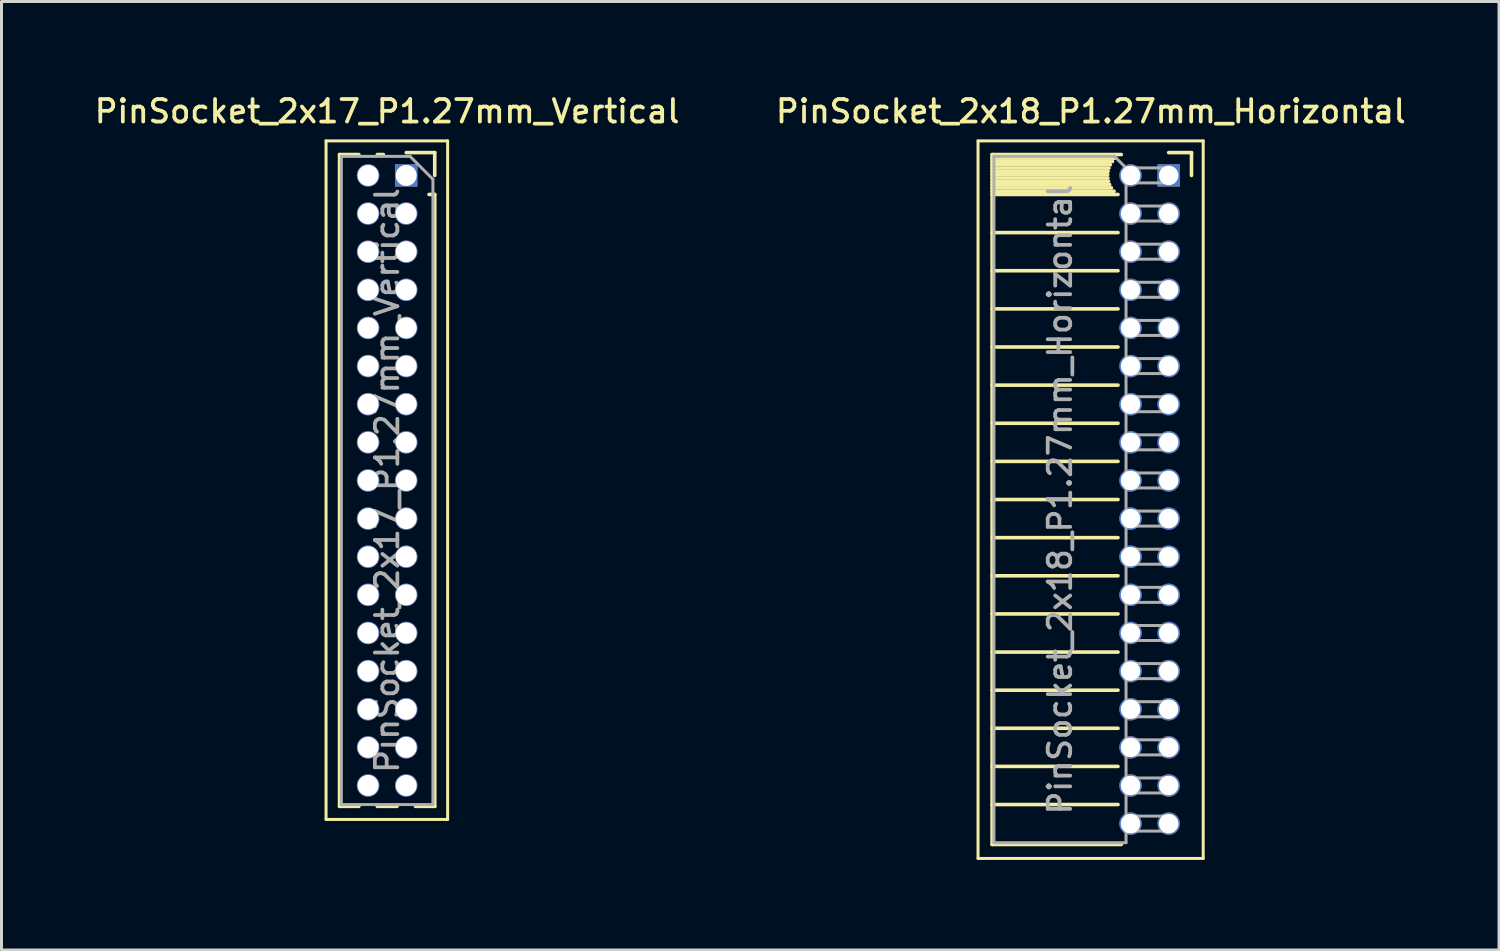
<source format=kicad_pcb>
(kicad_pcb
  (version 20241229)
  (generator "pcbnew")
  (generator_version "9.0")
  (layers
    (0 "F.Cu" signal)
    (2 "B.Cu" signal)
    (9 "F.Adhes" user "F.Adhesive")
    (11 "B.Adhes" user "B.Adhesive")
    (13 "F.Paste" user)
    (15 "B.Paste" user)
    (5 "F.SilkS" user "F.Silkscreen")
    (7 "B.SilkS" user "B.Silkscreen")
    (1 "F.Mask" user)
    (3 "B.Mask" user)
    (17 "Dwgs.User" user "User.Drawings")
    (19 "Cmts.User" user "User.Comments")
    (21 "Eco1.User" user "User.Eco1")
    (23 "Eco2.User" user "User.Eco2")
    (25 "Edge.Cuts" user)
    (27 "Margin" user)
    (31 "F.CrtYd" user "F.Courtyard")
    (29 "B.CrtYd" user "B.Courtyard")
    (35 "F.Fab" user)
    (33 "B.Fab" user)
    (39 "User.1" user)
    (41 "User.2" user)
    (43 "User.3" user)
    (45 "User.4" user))
  (footprint "PinSocket_2x18_P1.27mm_Horizontal"
    (layer "F.Cu")
    (at 35.876 2.793)
    (property "Reference" "PinSocket_2x18_P1.27mm_Horizontal" (at -2.592 -2.135 0) (layer "F.SilkS") (effects (font (size 0.75 0.75) (thickness 0.125))))
    (attr through_hole)
    (fp_line (start -6.35 -1.15) (end -6.35 22.75) (stroke (width 0.1) (type solid)) (layer "F.SilkS"))
    (fp_line (start -6.35 22.75) (end 1.15 22.75) (stroke (width 0.1) (type solid)) (layer "F.SilkS"))
    (fp_line (start -5.88 -0.695) (end -5.88 22.285) (stroke (width 0.12) (type solid)) (layer "F.SilkS"))
    (fp_line (start -5.88 -0.695) (end -1.578 -0.695) (stroke (width 0.12) (type solid)) (layer "F.SilkS"))
    (fp_line (start -5.88 -0.575) (end -1.767 -0.575) (stroke (width 0.12) (type solid)) (layer "F.SilkS"))
    (fp_line (start -5.88 -0.465) (end -1.871 -0.465) (stroke (width 0.12) (type solid)) (layer "F.SilkS"))
    (fp_line (start -5.88 -0.355) (end -1.942 -0.355) (stroke (width 0.12) (type solid)) (layer "F.SilkS"))
    (fp_line (start -5.88 -0.245) (end -1.989 -0.245) (stroke (width 0.12) (type solid)) (layer "F.SilkS"))
    (fp_line (start -5.88 -0.135) (end -2.018 -0.135) (stroke (width 0.12) (type solid)) (layer "F.SilkS"))
    (fp_line (start -5.88 -0.025) (end -2.03 -0.025) (stroke (width 0.12) (type solid)) (layer "F.SilkS"))
    (fp_line (start -5.88 0.085) (end -2.025 0.085) (stroke (width 0.12) (type solid)) (layer "F.SilkS"))
    (fp_line (start -5.88 0.195) (end -2.005 0.195) (stroke (width 0.12) (type solid)) (layer "F.SilkS"))
    (fp_line (start -5.88 0.305) (end -1.966 0.305) (stroke (width 0.12) (type solid)) (layer "F.SilkS"))
    (fp_line (start -5.88 0.415) (end -1.907 0.415) (stroke (width 0.12) (type solid)) (layer "F.SilkS"))
    (fp_line (start -5.88 0.525) (end -1.82 0.525) (stroke (width 0.12) (type solid)) (layer "F.SilkS"))
    (fp_line (start -5.88 0.635) (end -1.688 0.635) (stroke (width 0.12) (type solid)) (layer "F.SilkS"))
    (fp_line (start -5.88 1.905) (end -1.688 1.905) (stroke (width 0.12) (type solid)) (layer "F.SilkS"))
    (fp_line (start -5.88 3.175) (end -1.688 3.175) (stroke (width 0.12) (type solid)) (layer "F.SilkS"))
    (fp_line (start -5.88 4.445) (end -1.688 4.445) (stroke (width 0.12) (type solid)) (layer "F.SilkS"))
    (fp_line (start -5.88 5.715) (end -1.688 5.715) (stroke (width 0.12) (type solid)) (layer "F.SilkS"))
    (fp_line (start -5.88 6.985) (end -1.688 6.985) (stroke (width 0.12) (type solid)) (layer "F.SilkS"))
    (fp_line (start -5.88 8.255) (end -1.688 8.255) (stroke (width 0.12) (type solid)) (layer "F.SilkS"))
    (fp_line (start -5.88 9.525) (end -1.688 9.525) (stroke (width 0.12) (type solid)) (layer "F.SilkS"))
    (fp_line (start -5.88 10.795) (end -1.688 10.795) (stroke (width 0.12) (type solid)) (layer "F.SilkS"))
    (fp_line (start -5.88 12.065) (end -1.688 12.065) (stroke (width 0.12) (type solid)) (layer "F.SilkS"))
    (fp_line (start -5.88 13.335) (end -1.688 13.335) (stroke (width 0.12) (type solid)) (layer "F.SilkS"))
    (fp_line (start -5.88 14.605) (end -1.688 14.605) (stroke (width 0.12) (type solid)) (layer "F.SilkS"))
    (fp_line (start -5.88 15.875) (end -1.688 15.875) (stroke (width 0.12) (type solid)) (layer "F.SilkS"))
    (fp_line (start -5.88 17.145) (end -1.688 17.145) (stroke (width 0.12) (type solid)) (layer "F.SilkS"))
    (fp_line (start -5.88 18.415) (end -1.688 18.415) (stroke (width 0.12) (type solid)) (layer "F.SilkS"))
    (fp_line (start -5.88 19.685) (end -1.688 19.685) (stroke (width 0.12) (type solid)) (layer "F.SilkS"))
    (fp_line (start -5.88 20.955) (end -1.688 20.955) (stroke (width 0.12) (type solid)) (layer "F.SilkS"))
    (fp_line (start -5.88 22.285) (end -1.578 22.285) (stroke (width 0.12) (type solid)) (layer "F.SilkS"))
    (fp_line (start 0 -0.76) (end 0.76 -0.76) (stroke (width 0.12) (type solid)) (layer "F.SilkS"))
    (fp_line (start 0.76 -0.76) (end 0.76 0) (stroke (width 0.12) (type solid)) (layer "F.SilkS"))
    (fp_line (start 1.15 -1.15) (end -6.35 -1.15) (stroke (width 0.1) (type solid)) (layer "F.SilkS"))
    (fp_line (start 1.15 22.75) (end 1.15 -1.15) (stroke (width 0.1) (type solid)) (layer "F.SilkS"))
    (fp_line (start -5.82 -0.635) (end -1.805 -0.635) (stroke (width 0.1) (type solid)) (layer "F.Fab"))
    (fp_line (start -5.82 22.225) (end -5.82 -0.635) (stroke (width 0.1) (type solid)) (layer "F.Fab"))
    (fp_line (start -1.805 -0.635) (end -1.42 -0.25) (stroke (width 0.1) (type solid)) (layer "F.Fab"))
    (fp_line (start -1.42 -0.25) (end -1.42 22.225) (stroke (width 0.1) (type solid)) (layer "F.Fab"))
    (fp_line (start -1.42 0.25) (end 0 0.25) (stroke (width 0.1) (type solid)) (layer "F.Fab"))
    (fp_line (start -1.42 1.52) (end 0 1.52) (stroke (width 0.1) (type solid)) (layer "F.Fab"))
    (fp_line (start -1.42 2.79) (end 0 2.79) (stroke (width 0.1) (type solid)) (layer "F.Fab"))
    (fp_line (start -1.42 4.06) (end 0 4.06) (stroke (width 0.1) (type solid)) (layer "F.Fab"))
    (fp_line (start -1.42 5.33) (end 0 5.33) (stroke (width 0.1) (type solid)) (layer "F.Fab"))
    (fp_line (start -1.42 6.6) (end 0 6.6) (stroke (width 0.1) (type solid)) (layer "F.Fab"))
    (fp_line (start -1.42 7.87) (end 0 7.87) (stroke (width 0.1) (type solid)) (layer "F.Fab"))
    (fp_line (start -1.42 9.14) (end 0 9.14) (stroke (width 0.1) (type solid)) (layer "F.Fab"))
    (fp_line (start -1.42 10.41) (end 0 10.41) (stroke (width 0.1) (type solid)) (layer "F.Fab"))
    (fp_line (start -1.42 11.68) (end 0 11.68) (stroke (width 0.1) (type solid)) (layer "F.Fab"))
    (fp_line (start -1.42 12.95) (end 0 12.95) (stroke (width 0.1) (type solid)) (layer "F.Fab"))
    (fp_line (start -1.42 14.22) (end 0 14.22) (stroke (width 0.1) (type solid)) (layer "F.Fab"))
    (fp_line (start -1.42 15.49) (end 0 15.49) (stroke (width 0.1) (type solid)) (layer "F.Fab"))
    (fp_line (start -1.42 16.76) (end 0 16.76) (stroke (width 0.1) (type solid)) (layer "F.Fab"))
    (fp_line (start -1.42 18.03) (end 0 18.03) (stroke (width 0.1) (type solid)) (layer "F.Fab"))
    (fp_line (start -1.42 19.3) (end 0 19.3) (stroke (width 0.1) (type solid)) (layer "F.Fab"))
    (fp_line (start -1.42 20.57) (end 0 20.57) (stroke (width 0.1) (type solid)) (layer "F.Fab"))
    (fp_line (start -1.42 21.84) (end 0 21.84) (stroke (width 0.1) (type solid)) (layer "F.Fab"))
    (fp_line (start -1.42 22.225) (end -5.82 22.225) (stroke (width 0.1) (type solid)) (layer "F.Fab"))
    (fp_line (start 0 -0.25) (end -1.42 -0.25) (stroke (width 0.1) (type solid)) (layer "F.Fab"))
    (fp_line (start 0 0.25) (end 0 -0.25) (stroke (width 0.1) (type solid)) (layer "F.Fab"))
    (fp_line (start 0 1.02) (end -1.42 1.02) (stroke (width 0.1) (type solid)) (layer "F.Fab"))
    (fp_line (start 0 1.52) (end 0 1.02) (stroke (width 0.1) (type solid)) (layer "F.Fab"))
    (fp_line (start 0 2.29) (end -1.42 2.29) (stroke (width 0.1) (type solid)) (layer "F.Fab"))
    (fp_line (start 0 2.79) (end 0 2.29) (stroke (width 0.1) (type solid)) (layer "F.Fab"))
    (fp_line (start 0 3.56) (end -1.42 3.56) (stroke (width 0.1) (type solid)) (layer "F.Fab"))
    (fp_line (start 0 4.06) (end 0 3.56) (stroke (width 0.1) (type solid)) (layer "F.Fab"))
    (fp_line (start 0 4.83) (end -1.42 4.83) (stroke (width 0.1) (type solid)) (layer "F.Fab"))
    (fp_line (start 0 5.33) (end 0 4.83) (stroke (width 0.1) (type solid)) (layer "F.Fab"))
    (fp_line (start 0 6.1) (end -1.42 6.1) (stroke (width 0.1) (type solid)) (layer "F.Fab"))
    (fp_line (start 0 6.6) (end 0 6.1) (stroke (width 0.1) (type solid)) (layer "F.Fab"))
    (fp_line (start 0 7.37) (end -1.42 7.37) (stroke (width 0.1) (type solid)) (layer "F.Fab"))
    (fp_line (start 0 7.87) (end 0 7.37) (stroke (width 0.1) (type solid)) (layer "F.Fab"))
    (fp_line (start 0 8.64) (end -1.42 8.64) (stroke (width 0.1) (type solid)) (layer "F.Fab"))
    (fp_line (start 0 9.14) (end 0 8.64) (stroke (width 0.1) (type solid)) (layer "F.Fab"))
    (fp_line (start 0 9.91) (end -1.42 9.91) (stroke (width 0.1) (type solid)) (layer "F.Fab"))
    (fp_line (start 0 10.41) (end 0 9.91) (stroke (width 0.1) (type solid)) (layer "F.Fab"))
    (fp_line (start 0 11.18) (end -1.42 11.18) (stroke (width 0.1) (type solid)) (layer "F.Fab"))
    (fp_line (start 0 11.68) (end 0 11.18) (stroke (width 0.1) (type solid)) (layer "F.Fab"))
    (fp_line (start 0 12.45) (end -1.42 12.45) (stroke (width 0.1) (type solid)) (layer "F.Fab"))
    (fp_line (start 0 12.95) (end 0 12.45) (stroke (width 0.1) (type solid)) (layer "F.Fab"))
    (fp_line (start 0 13.72) (end -1.42 13.72) (stroke (width 0.1) (type solid)) (layer "F.Fab"))
    (fp_line (start 0 14.22) (end 0 13.72) (stroke (width 0.1) (type solid)) (layer "F.Fab"))
    (fp_line (start 0 14.99) (end -1.42 14.99) (stroke (width 0.1) (type solid)) (layer "F.Fab"))
    (fp_line (start 0 15.49) (end 0 14.99) (stroke (width 0.1) (type solid)) (layer "F.Fab"))
    (fp_line (start 0 16.26) (end -1.42 16.26) (stroke (width 0.1) (type solid)) (layer "F.Fab"))
    (fp_line (start 0 16.76) (end 0 16.26) (stroke (width 0.1) (type solid)) (layer "F.Fab"))
    (fp_line (start 0 17.53) (end -1.42 17.53) (stroke (width 0.1) (type solid)) (layer "F.Fab"))
    (fp_line (start 0 18.03) (end 0 17.53) (stroke (width 0.1) (type solid)) (layer "F.Fab"))
    (fp_line (start 0 18.8) (end -1.42 18.8) (stroke (width 0.1) (type solid)) (layer "F.Fab"))
    (fp_line (start 0 19.3) (end 0 18.8) (stroke (width 0.1) (type solid)) (layer "F.Fab"))
    (fp_line (start 0 20.07) (end -1.42 20.07) (stroke (width 0.1) (type solid)) (layer "F.Fab"))
    (fp_line (start 0 20.57) (end 0 20.07) (stroke (width 0.1) (type solid)) (layer "F.Fab"))
    (fp_line (start 0 21.34) (end -1.42 21.34) (stroke (width 0.1) (type solid)) (layer "F.Fab"))
    (fp_line (start 0 21.84) (end 0 21.34) (stroke (width 0.1) (type solid)) (layer "F.Fab"))
    (fp_text user "${REFERENCE}" (at -3.62 10.795 90) (layer "F.Fab") (effects (font (size 0.75 0.75) (thickness 0.125))))
    (pad "1" thru_hole rect (at 0 0) (size 0.75 0.75) (drill 0.65) (layers "*.Cu" "*.Mask"))
    (pad "2" thru_hole oval (at -1.27 0) (size 0.75 0.75) (drill 0.65) (layers "*.Cu" "*.Mask"))
    (pad "3" thru_hole oval (at 0 1.27) (size 0.75 0.75) (drill 0.65) (layers "*.Cu" "*.Mask"))
    (pad "4" thru_hole oval (at -1.27 1.27) (size 0.75 0.75) (drill 0.65) (layers "*.Cu" "*.Mask"))
    (pad "5" thru_hole oval (at 0 2.54) (size 0.75 0.75) (drill 0.65) (layers "*.Cu" "*.Mask"))
    (pad "6" thru_hole oval (at -1.27 2.54) (size 0.75 0.75) (drill 0.65) (layers "*.Cu" "*.Mask"))
    (pad "7" thru_hole oval (at 0 3.81) (size 0.75 0.75) (drill 0.65) (layers "*.Cu" "*.Mask"))
    (pad "8" thru_hole oval (at -1.27 3.81) (size 0.75 0.75) (drill 0.65) (layers "*.Cu" "*.Mask"))
    (pad "9" thru_hole oval (at 0 5.08) (size 0.75 0.75) (drill 0.65) (layers "*.Cu" "*.Mask"))
    (pad "10" thru_hole oval (at -1.27 5.08) (size 0.75 0.75) (drill 0.65) (layers "*.Cu" "*.Mask"))
    (pad "11" thru_hole oval (at 0 6.35) (size 0.75 0.75) (drill 0.65) (layers "*.Cu" "*.Mask"))
    (pad "12" thru_hole oval (at -1.27 6.35) (size 0.75 0.75) (drill 0.65) (layers "*.Cu" "*.Mask"))
    (pad "13" thru_hole oval (at 0 7.62) (size 0.75 0.75) (drill 0.65) (layers "*.Cu" "*.Mask"))
    (pad "14" thru_hole oval (at -1.27 7.62) (size 0.75 0.75) (drill 0.65) (layers "*.Cu" "*.Mask"))
    (pad "15" thru_hole oval (at 0 8.89) (size 0.75 0.75) (drill 0.65) (layers "*.Cu" "*.Mask"))
    (pad "16" thru_hole oval (at -1.27 8.89) (size 0.75 0.75) (drill 0.65) (layers "*.Cu" "*.Mask"))
    (pad "17" thru_hole oval (at 0 10.16) (size 0.75 0.75) (drill 0.65) (layers "*.Cu" "*.Mask"))
    (pad "18" thru_hole oval (at -1.27 10.16) (size 0.75 0.75) (drill 0.65) (layers "*.Cu" "*.Mask"))
    (pad "19" thru_hole oval (at 0 11.43) (size 0.75 0.75) (drill 0.65) (layers "*.Cu" "*.Mask"))
    (pad "20" thru_hole oval (at -1.27 11.43) (size 0.75 0.75) (drill 0.65) (layers "*.Cu" "*.Mask"))
    (pad "21" thru_hole oval (at 0 12.7) (size 0.75 0.75) (drill 0.65) (layers "*.Cu" "*.Mask"))
    (pad "22" thru_hole oval (at -1.27 12.7) (size 0.75 0.75) (drill 0.65) (layers "*.Cu" "*.Mask"))
    (pad "23" thru_hole oval (at 0 13.97) (size 0.75 0.75) (drill 0.65) (layers "*.Cu" "*.Mask"))
    (pad "24" thru_hole oval (at -1.27 13.97) (size 0.75 0.75) (drill 0.65) (layers "*.Cu" "*.Mask"))
    (pad "25" thru_hole oval (at 0 15.24) (size 0.75 0.75) (drill 0.65) (layers "*.Cu" "*.Mask"))
    (pad "26" thru_hole oval (at -1.27 15.24) (size 0.75 0.75) (drill 0.65) (layers "*.Cu" "*.Mask"))
    (pad "27" thru_hole oval (at 0 16.51) (size 0.75 0.75) (drill 0.65) (layers "*.Cu" "*.Mask"))
    (pad "28" thru_hole oval (at -1.27 16.51) (size 0.75 0.75) (drill 0.65) (layers "*.Cu" "*.Mask"))
    (pad "29" thru_hole oval (at 0 17.78) (size 0.75 0.75) (drill 0.65) (layers "*.Cu" "*.Mask"))
    (pad "30" thru_hole oval (at -1.27 17.78) (size 0.75 0.75) (drill 0.65) (layers "*.Cu" "*.Mask"))
    (pad "31" thru_hole oval (at 0 19.05) (size 0.75 0.75) (drill 0.65) (layers "*.Cu" "*.Mask"))
    (pad "32" thru_hole oval (at -1.27 19.05) (size 0.75 0.75) (drill 0.65) (layers "*.Cu" "*.Mask"))
    (pad "33" thru_hole oval (at 0 20.32) (size 0.75 0.75) (drill 0.65) (layers "*.Cu" "*.Mask"))
    (pad "34" thru_hole oval (at -1.27 20.32) (size 0.75 0.75) (drill 0.65) (layers "*.Cu" "*.Mask"))
    (pad "35" thru_hole oval (at 0 21.59) (size 0.75 0.75) (drill 0.65) (layers "*.Cu" "*.Mask"))
    (pad "36" thru_hole oval (at -1.27 21.59) (size 0.75 0.75) (drill 0.65) (layers "*.Cu" "*.Mask")))
  (footprint "PinSocket_2x17_P1.27mm_Vertical"
    (layer "F.Cu")
    (at 10.48 2.793)
    (property "Reference" "PinSocket_2x17_P1.27mm_Vertical" (at -0.635 -2.135 0) (layer "F.SilkS") (effects (font (size 0.75 0.75) (thickness 0.125))))
    (attr through_hole)
    (fp_line (start -2.67 -1.15) (end 1.38 -1.15) (stroke (width 0.1) (type solid)) (layer "F.SilkS"))
    (fp_line (start -2.67 21.45) (end -2.67 -1.15) (stroke (width 0.1) (type solid)) (layer "F.SilkS"))
    (fp_line (start -2.22 -0.695) (end -2.22 21.015) (stroke (width 0.12) (type solid)) (layer "F.SilkS"))
    (fp_line (start -2.22 -0.695) (end -1.578 -0.695) (stroke (width 0.12) (type solid)) (layer "F.SilkS"))
    (fp_line (start -2.22 21.015) (end -1.578 21.015) (stroke (width 0.12) (type solid)) (layer "F.SilkS"))
    (fp_line (start -0.962 -0.695) (end -0.76 -0.695) (stroke (width 0.12) (type solid)) (layer "F.SilkS"))
    (fp_line (start -0.962 21.015) (end -0.308 21.015) (stroke (width 0.12) (type solid)) (layer "F.SilkS"))
    (fp_line (start 0 -0.76) (end 0.95 -0.76) (stroke (width 0.12) (type solid)) (layer "F.SilkS"))
    (fp_line (start 0.308 21.015) (end 0.95 21.015) (stroke (width 0.12) (type solid)) (layer "F.SilkS"))
    (fp_line (start 0.76 0.635) (end 0.95 0.635) (stroke (width 0.12) (type solid)) (layer "F.SilkS"))
    (fp_line (start 0.95 -0.76) (end 0.95 0) (stroke (width 0.12) (type solid)) (layer "F.SilkS"))
    (fp_line (start 0.95 0.635) (end 0.95 21.015) (stroke (width 0.12) (type solid)) (layer "F.SilkS"))
    (fp_line (start 1.38 -1.15) (end 1.38 21.45) (stroke (width 0.1) (type solid)) (layer "F.SilkS"))
    (fp_line (start 1.38 21.45) (end -2.67 21.45) (stroke (width 0.1) (type solid)) (layer "F.SilkS"))
    (fp_line (start -2.16 -0.635) (end 0.128 -0.635) (stroke (width 0.1) (type solid)) (layer "F.Fab"))
    (fp_line (start -2.16 20.955) (end -2.16 -0.635) (stroke (width 0.1) (type solid)) (layer "F.Fab"))
    (fp_line (start 0.128 -0.635) (end 0.89 0.128) (stroke (width 0.1) (type solid)) (layer "F.Fab"))
    (fp_line (start 0.89 0.128) (end 0.89 20.955) (stroke (width 0.1) (type solid)) (layer "F.Fab"))
    (fp_line (start 0.89 20.955) (end -2.16 20.955) (stroke (width 0.1) (type solid)) (layer "F.Fab"))
    (fp_text user "${REFERENCE}" (at -0.635 10.16 90) (layer "F.Fab") (effects (font (size 0.75 0.75) (thickness 0.125))))
    (pad "1" thru_hole rect (at 0 0) (size 0.75 0.75) (drill 0.7) (layers "*.Cu" "*.Mask"))
    (pad "2" thru_hole oval (at -1.27 0) (size 0.75 0.75) (drill 0.7) (layers "*.Cu" "*.Mask"))
    (pad "3" thru_hole oval (at 0 1.27) (size 0.75 0.75) (drill 0.7) (layers "*.Cu" "*.Mask"))
    (pad "4" thru_hole oval (at -1.27 1.27) (size 0.75 0.75) (drill 0.7) (layers "*.Cu" "*.Mask"))
    (pad "5" thru_hole oval (at 0 2.54) (size 0.75 0.75) (drill 0.7) (layers "*.Cu" "*.Mask"))
    (pad "6" thru_hole oval (at -1.27 2.54) (size 0.75 0.75) (drill 0.7) (layers "*.Cu" "*.Mask"))
    (pad "7" thru_hole oval (at 0 3.81) (size 0.75 0.75) (drill 0.7) (layers "*.Cu" "*.Mask"))
    (pad "8" thru_hole oval (at -1.27 3.81) (size 0.75 0.75) (drill 0.7) (layers "*.Cu" "*.Mask"))
    (pad "9" thru_hole oval (at 0 5.08) (size 0.75 0.75) (drill 0.7) (layers "*.Cu" "*.Mask"))
    (pad "10" thru_hole oval (at -1.27 5.08) (size 0.75 0.75) (drill 0.7) (layers "*.Cu" "*.Mask"))
    (pad "11" thru_hole oval (at 0 6.35) (size 0.75 0.75) (drill 0.7) (layers "*.Cu" "*.Mask"))
    (pad "12" thru_hole oval (at -1.27 6.35) (size 0.75 0.75) (drill 0.7) (layers "*.Cu" "*.Mask"))
    (pad "13" thru_hole oval (at 0 7.62) (size 0.75 0.75) (drill 0.7) (layers "*.Cu" "*.Mask"))
    (pad "14" thru_hole oval (at -1.27 7.62) (size 0.75 0.75) (drill 0.7) (layers "*.Cu" "*.Mask"))
    (pad "15" thru_hole oval (at 0 8.89) (size 0.75 0.75) (drill 0.7) (layers "*.Cu" "*.Mask"))
    (pad "16" thru_hole oval (at -1.27 8.89) (size 0.75 0.75) (drill 0.7) (layers "*.Cu" "*.Mask"))
    (pad "17" thru_hole oval (at 0 10.16) (size 0.75 0.75) (drill 0.7) (layers "*.Cu" "*.Mask"))
    (pad "18" thru_hole oval (at -1.27 10.16) (size 0.75 0.75) (drill 0.7) (layers "*.Cu" "*.Mask"))
    (pad "19" thru_hole oval (at 0 11.43) (size 0.75 0.75) (drill 0.7) (layers "*.Cu" "*.Mask"))
    (pad "20" thru_hole oval (at -1.27 11.43) (size 0.75 0.75) (drill 0.7) (layers "*.Cu" "*.Mask"))
    (pad "21" thru_hole oval (at 0 12.7) (size 0.75 0.75) (drill 0.7) (layers "*.Cu" "*.Mask"))
    (pad "22" thru_hole oval (at -1.27 12.7) (size 0.75 0.75) (drill 0.7) (layers "*.Cu" "*.Mask"))
    (pad "23" thru_hole oval (at 0 13.97) (size 0.75 0.75) (drill 0.7) (layers "*.Cu" "*.Mask"))
    (pad "24" thru_hole oval (at -1.27 13.97) (size 0.75 0.75) (drill 0.7) (layers "*.Cu" "*.Mask"))
    (pad "25" thru_hole oval (at 0 15.24) (size 0.75 0.75) (drill 0.7) (layers "*.Cu" "*.Mask"))
    (pad "26" thru_hole oval (at -1.27 15.24) (size 0.75 0.75) (drill 0.7) (layers "*.Cu" "*.Mask"))
    (pad "27" thru_hole oval (at 0 16.51) (size 0.75 0.75) (drill 0.7) (layers "*.Cu" "*.Mask"))
    (pad "28" thru_hole oval (at -1.27 16.51) (size 0.75 0.75) (drill 0.7) (layers "*.Cu" "*.Mask"))
    (pad "29" thru_hole oval (at 0 17.78) (size 0.75 0.75) (drill 0.7) (layers "*.Cu" "*.Mask"))
    (pad "30" thru_hole oval (at -1.27 17.78) (size 0.75 0.75) (drill 0.7) (layers "*.Cu" "*.Mask"))
    (pad "31" thru_hole oval (at 0 19.05) (size 0.75 0.75) (drill 0.7) (layers "*.Cu" "*.Mask"))
    (pad "32" thru_hole oval (at -1.27 19.05) (size 0.75 0.75) (drill 0.7) (layers "*.Cu" "*.Mask"))
    (pad "33" thru_hole oval (at 0 20.32) (size 0.75 0.75) (drill 0.7) (layers "*.Cu" "*.Mask"))
    (pad "34" thru_hole oval (at -1.27 20.32) (size 0.75 0.75) (drill 0.7) (layers "*.Cu" "*.Mask")))
  (gr_rect
    (start -3 -3)
    (end 46.879 28.593)
    (stroke (width 0.1) (type default))
    (fill no)
    (layer "Edge.Cuts")))
</source>
